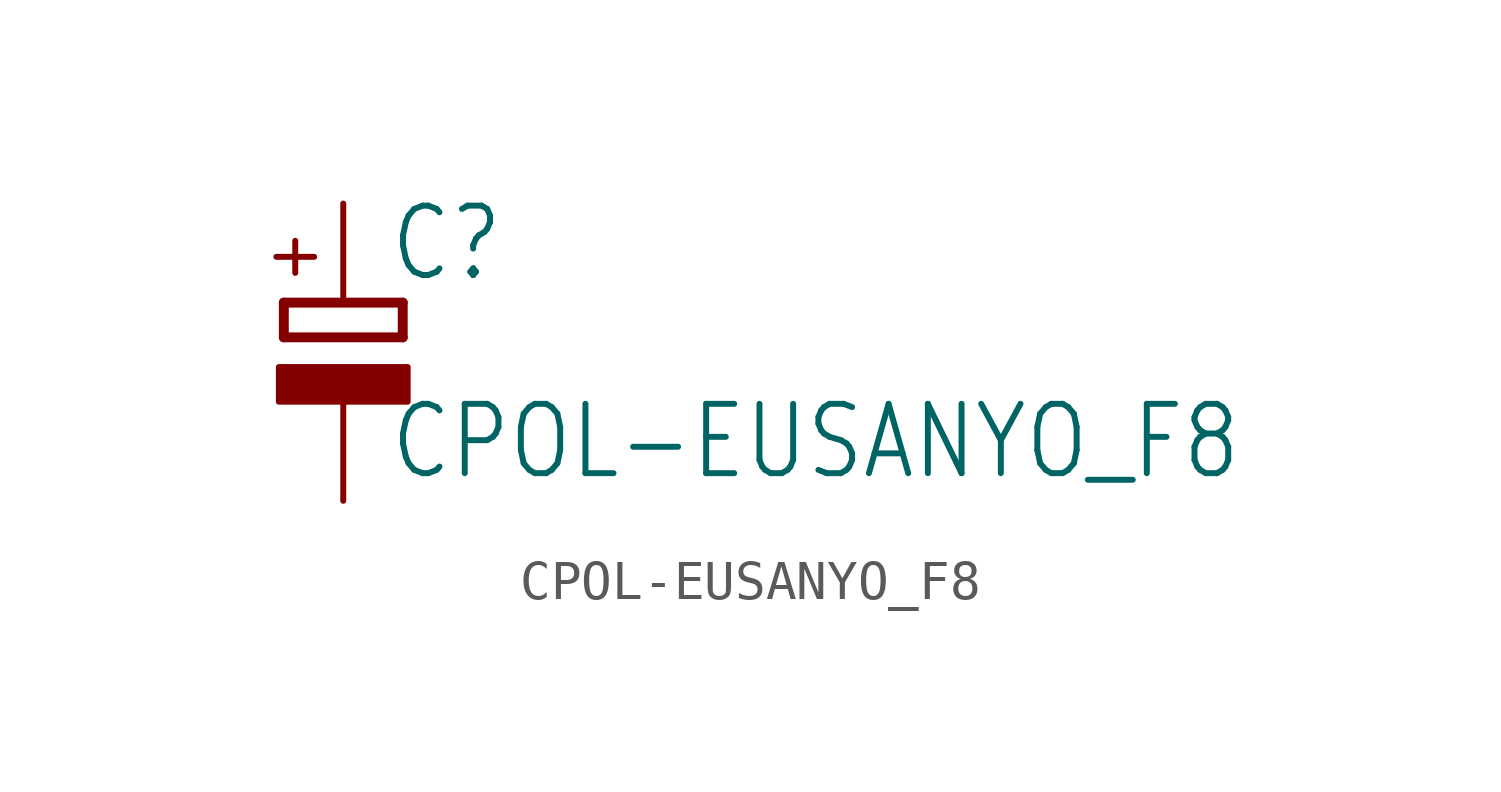
<source format=kicad_sym>
(kicad_symbol_lib
  (version 20220331)
  (generator kicad_symbol_editor)
  (symbol "CPOL-EUSANYO_F8"
    (property "Reference" "C"
      (at 1.143 0.483 0)
      (effects (font (size 1.778 1.511)) (justify left bottom)))
    (property "Value" "CPOL-EUSANYO_F8"
      (at 1.143 -4.597 0)
      (effects (font (size 1.778 1.511)) (justify left bottom)))
    (property "ki_locked" ""
      (at 0 0 0)
      (effects (font (size 1.27 1.27))))
    (symbol "CPOL-EUSANYO_F8_1_0"
      (rectangle (start -1.651 -2.54) (end 1.651 -1.651) (stroke (width 0) (type default)) (fill (type outline)))
      (polyline (pts (xy -1.524 -0.889) (xy 1.524 -0.889)) (stroke (width 0.254) (type solid)) (fill (type none)))
      (polyline (pts (xy -1.524 0) (xy -1.524 -0.889)) (stroke (width 0.254) (type solid)) (fill (type none)))
      (polyline (pts (xy -1.524 0) (xy 1.524 0)) (stroke (width 0.254) (type solid)) (fill (type none)))
      (polyline (pts (xy 1.524 -0.889) (xy 1.524 0)) (stroke (width 0.254) (type solid)) (fill (type none)))
      (text "+" (at -0.584 0.406 900) (effects (font (size 1.27 1.079)) (justify left bottom)))
      (pin passive line (at 0 2.54 270) (length 2.54) (name "+" (effects (font (size 0 0)))) (number "+" (effects (font (size 0 0)))))
      (pin passive line (at 0 -5.08 90) (length 2.54) (name "-" (effects (font (size 0 0)))) (number "-" (effects (font (size 0 0))))))))
</source>
